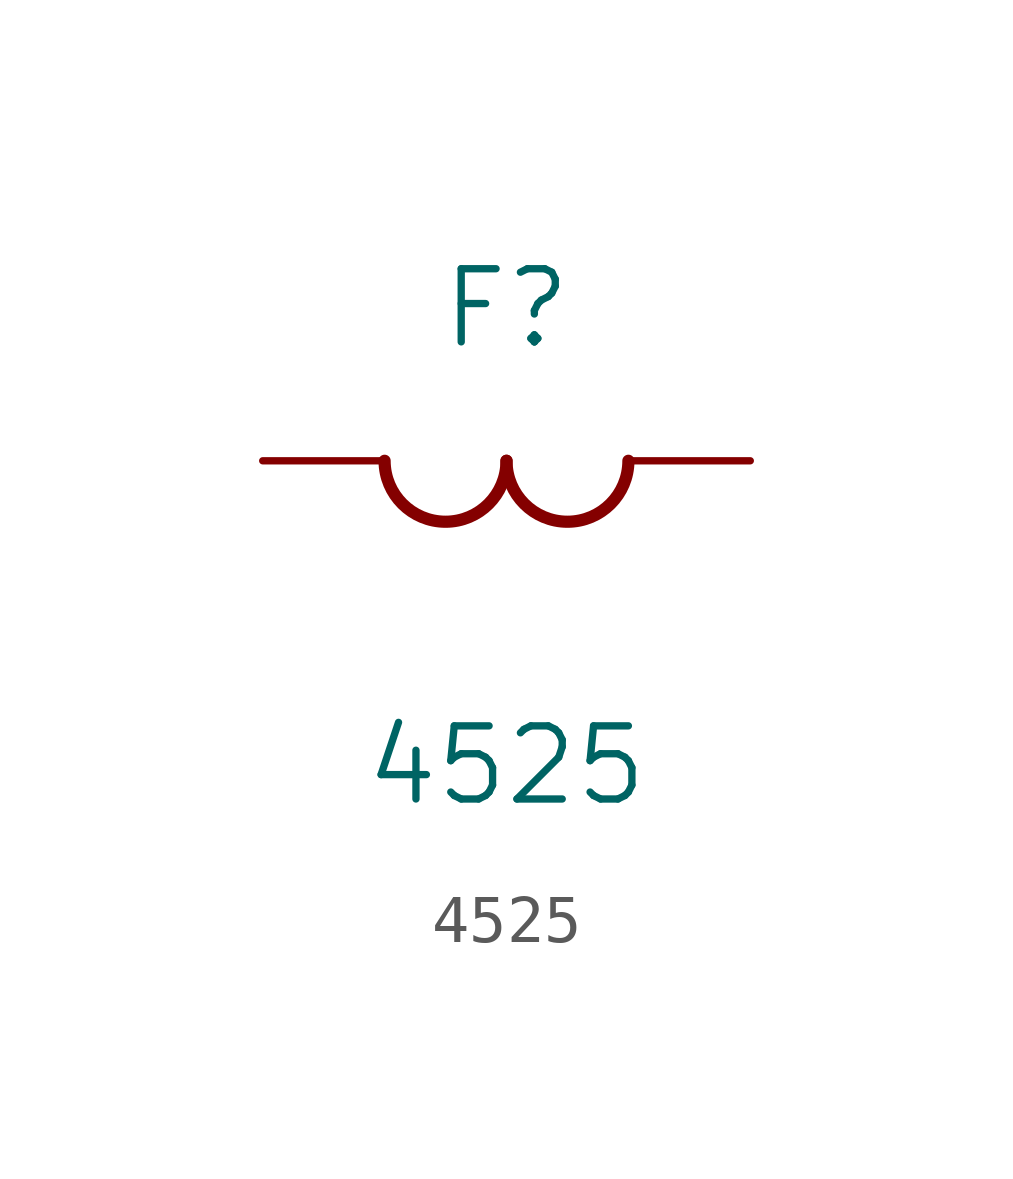
<source format=kicad_sym>
(kicad_symbol_lib
  (version 20211014)
  (generator kicad_symbol_editor)
  (symbol "4525"
    (pin_numbers hide)
    (pin_names hide)
    (property "Reference" "F"
      (at 5.08 3.175 0)
      (effects (font (size 1.524 1.524))))
    (property "Value" "4525"
      (at 5.08 -6.35 0)
      (effects (font (size 1.524 1.524))))
    (property "Datasheet" ""
      (at 0 0 0)
      (effects (font (size 1.524 1.524))))
    (property "ki_locked" ""
      (at 0 0 0)
      (effects (font (size 1.27 1.27))))
    (symbol "4525_1_1"
      (arc (start 2.54 0) (mid 3.81 -1.27) (end 5.08 0) (stroke (width 0.254) (type default) (color 0 0 0 0)) (fill (type none)))
      (arc (start 5.08 0) (mid 6.35 -1.27) (end 7.62 0) (stroke (width 0.254) (type default) (color 0 0 0 0)) (fill (type none)))
      (pin unspecified line (at 0 0 0) (length 2.54) (name "1" (effects (font (size 1.499 1.499)))) (number "1" (effects (font (size 1.499 1.499)))))
      (pin unspecified line (at 10.16 0 180) (length 2.54) (name "2" (effects (font (size 1.499 1.499)))) (number "2" (effects (font (size 1.499 1.499))))))))
</source>
